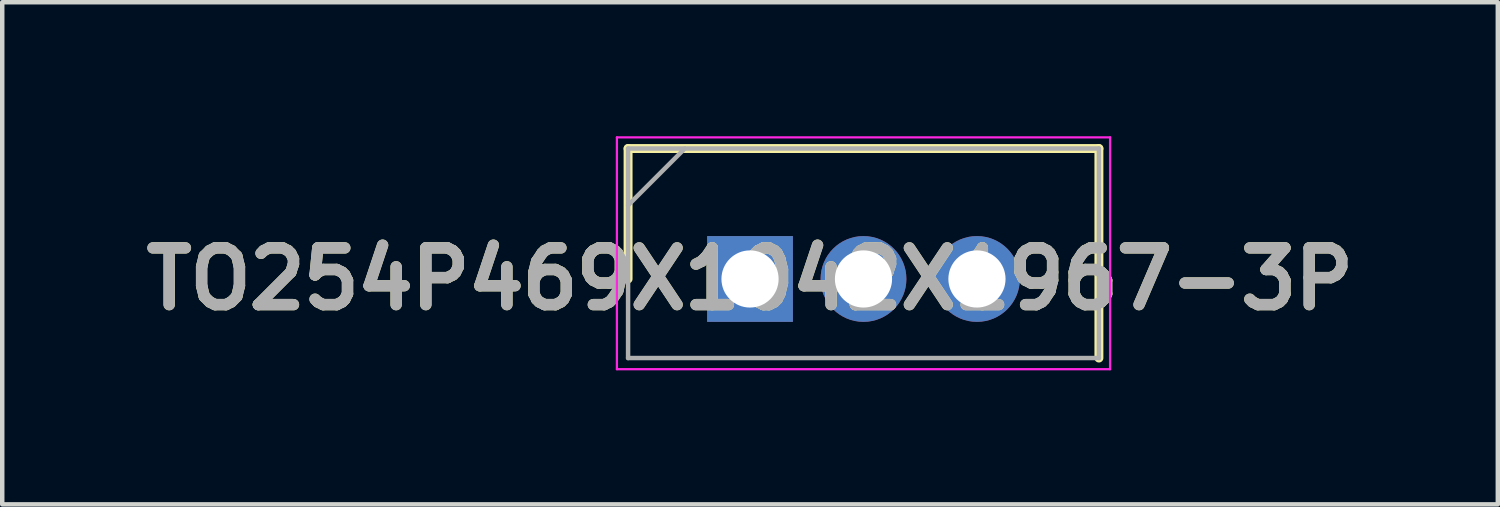
<source format=kicad_pcb>
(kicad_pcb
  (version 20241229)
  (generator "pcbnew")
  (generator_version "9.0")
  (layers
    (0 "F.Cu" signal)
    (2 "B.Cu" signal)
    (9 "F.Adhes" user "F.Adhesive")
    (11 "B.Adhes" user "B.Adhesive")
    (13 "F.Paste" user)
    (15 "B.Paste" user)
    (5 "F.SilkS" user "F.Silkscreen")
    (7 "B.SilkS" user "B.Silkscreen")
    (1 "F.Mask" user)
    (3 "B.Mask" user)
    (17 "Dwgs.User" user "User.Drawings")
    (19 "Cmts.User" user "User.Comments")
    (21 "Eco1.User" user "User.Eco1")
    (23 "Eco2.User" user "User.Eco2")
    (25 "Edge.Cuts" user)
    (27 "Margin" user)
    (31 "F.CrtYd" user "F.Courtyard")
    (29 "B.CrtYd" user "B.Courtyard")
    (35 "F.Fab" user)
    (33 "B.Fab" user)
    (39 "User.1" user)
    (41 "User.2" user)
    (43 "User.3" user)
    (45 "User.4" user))
  (footprint "TO254P469X1042X1967-3P"
    (layer "F.Cu")
    (at 13.74 3.195)
    (property "Reference" "TO254P469X1042X1967-3P" (at 0 0 0) (layer "F.SilkS") (effects (font (size 1.27 1.27) (thickness 0.254))))
    (attr through_hole)
    (fp_line (start -2.73 -2.92) (end -2.73 0) (stroke (width 0.2) (type solid)) (layer "F.SilkS"))
    (fp_line (start 7.81 -2.92) (end -2.73 -2.92) (stroke (width 0.2) (type solid)) (layer "F.SilkS"))
    (fp_line (start 7.81 1.77) (end 7.81 -2.92) (stroke (width 0.2) (type solid)) (layer "F.SilkS"))
    (fp_line (start -2.98 -3.17) (end 8.06 -3.17) (stroke (width 0.05) (type solid)) (layer "F.CrtYd"))
    (fp_line (start -2.98 2.02) (end -2.98 -3.17) (stroke (width 0.05) (type solid)) (layer "F.CrtYd"))
    (fp_line (start 8.06 -3.17) (end 8.06 2.02) (stroke (width 0.05) (type solid)) (layer "F.CrtYd"))
    (fp_line (start 8.06 2.02) (end -2.98 2.02) (stroke (width 0.05) (type solid)) (layer "F.CrtYd"))
    (fp_line (start -2.73 -2.92) (end 7.81 -2.92) (stroke (width 0.1) (type solid)) (layer "F.Fab"))
    (fp_line (start -2.73 -1.65) (end -1.46 -2.92) (stroke (width 0.1) (type solid)) (layer "F.Fab"))
    (fp_line (start -2.73 1.77) (end -2.73 -2.92) (stroke (width 0.1) (type solid)) (layer "F.Fab"))
    (fp_line (start 7.81 -2.92) (end 7.81 1.77) (stroke (width 0.1) (type solid)) (layer "F.Fab"))
    (fp_line (start 7.81 1.77) (end -2.73 1.77) (stroke (width 0.1) (type solid)) (layer "F.Fab"))
    (fp_text user "${REFERENCE}" (at 0 0 0) (layer "F.Fab") (effects (font (size 1.27 1.27) (thickness 0.254))))
    (pad "1" thru_hole rect (at 0 0) (size 1.92 1.92) (drill 1.28) (layers "*.Cu" "*.Mask"))
    (pad "2" thru_hole circle (at 2.54 0) (size 1.92 1.92) (drill 1.28) (layers "*.Cu" "*.Mask"))
    (pad "3" thru_hole circle (at 5.08 0) (size 1.92 1.92) (drill 1.28) (layers "*.Cu" "*.Mask")))
  (gr_rect
    (start -3 -3)
    (end 30.48 8.24)
    (stroke (width 0.1) (type default))
    (fill no)
    (layer "Edge.Cuts")))
</source>
